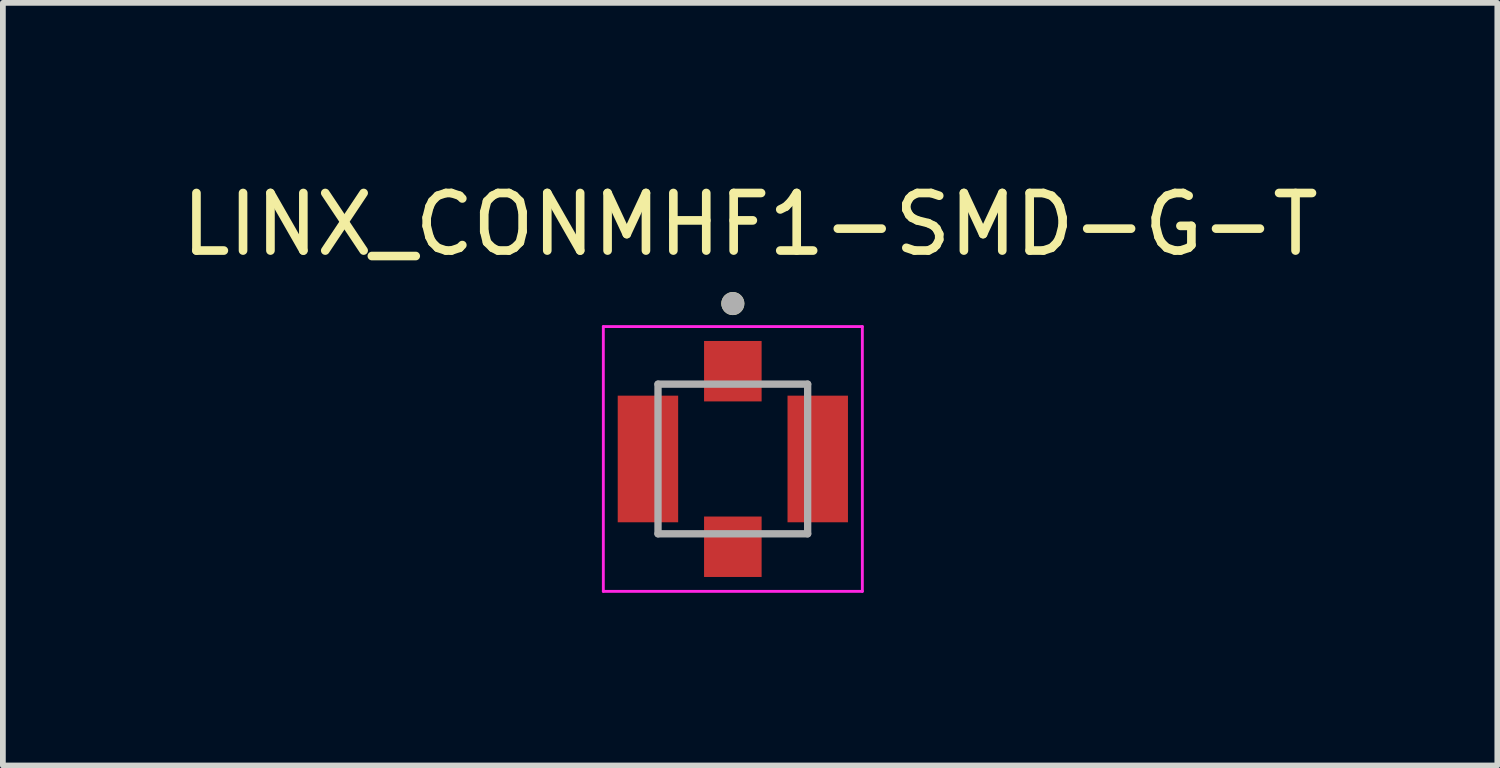
<source format=kicad_pcb>
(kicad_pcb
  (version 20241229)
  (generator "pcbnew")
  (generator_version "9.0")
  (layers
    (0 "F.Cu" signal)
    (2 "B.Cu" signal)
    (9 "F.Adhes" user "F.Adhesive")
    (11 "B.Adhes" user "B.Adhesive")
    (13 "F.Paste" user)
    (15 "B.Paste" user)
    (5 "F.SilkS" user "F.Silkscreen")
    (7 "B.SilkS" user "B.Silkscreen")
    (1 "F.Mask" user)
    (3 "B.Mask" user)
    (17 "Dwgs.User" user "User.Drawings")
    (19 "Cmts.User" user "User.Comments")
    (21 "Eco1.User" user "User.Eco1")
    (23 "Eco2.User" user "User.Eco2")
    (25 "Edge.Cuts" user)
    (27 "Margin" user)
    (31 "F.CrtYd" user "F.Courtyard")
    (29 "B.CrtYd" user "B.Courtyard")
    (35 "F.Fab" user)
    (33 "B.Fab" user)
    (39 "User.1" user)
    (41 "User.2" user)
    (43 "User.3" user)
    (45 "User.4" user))
  (footprint "LINX_CONMHF1-SMD-G-T"
    (layer "F.Cu")
    (at 9.682 4.924)
    (property "Reference" "LINX_CONMHF1-SMD-G-T" (at 0.3 -4.076 0) (layer "F.SilkS") (effects (font (size 1 1) (thickness 0.15))))
    (attr smd)
    (fp_circle (center 0 -2.7) (end 0.1 -2.7) (stroke (width 0.2) (type solid)) (fill no) (layer "F.SilkS"))
    (fp_line (start -2.25 -2.3) (end -2.25 2.3) (stroke (width 0.05) (type solid)) (layer "F.CrtYd"))
    (fp_line (start -2.25 2.3) (end 2.25 2.3) (stroke (width 0.05) (type solid)) (layer "F.CrtYd"))
    (fp_line (start 2.25 -2.3) (end -2.25 -2.3) (stroke (width 0.05) (type solid)) (layer "F.CrtYd"))
    (fp_line (start 2.25 2.3) (end 2.25 -2.3) (stroke (width 0.05) (type solid)) (layer "F.CrtYd"))
    (fp_line (start -1.3 -1.3) (end -1.3 1.3) (stroke (width 0.127) (type solid)) (layer "F.Fab"))
    (fp_line (start -1.3 1.3) (end 1.3 1.3) (stroke (width 0.127) (type solid)) (layer "F.Fab"))
    (fp_line (start 1.3 -1.3) (end -1.3 -1.3) (stroke (width 0.127) (type solid)) (layer "F.Fab"))
    (fp_line (start 1.3 1.3) (end 1.3 -1.3) (stroke (width 0.127) (type solid)) (layer "F.Fab"))
    (fp_circle (center 0 -2.7) (end 0.1 -2.7) (stroke (width 0.2) (type solid)) (fill no) (layer "F.Fab"))
    (pad "1" smd rect (at 0 -1.525) (size 1 1.05) (layers "F.Cu" "F.Mask" "F.Paste"))
    (pad "2" smd rect (at -1.475 0) (size 1.05 2.2) (layers "F.Cu" "F.Mask" "F.Paste"))
    (pad "2" smd rect (at 0 1.525) (size 1 1.05) (layers "F.Cu" "F.Mask" "F.Paste"))
    (pad "2" smd rect (at 1.475 0) (size 1.05 2.2) (layers "F.Cu" "F.Mask" "F.Paste"))
    (zone (net_name "") (layer "F.Cu") (hatch full 0.508) (connect_pads) (min_thickness 0.01) (filled_areas_thickness no) (keepout (tracks not_allowed) (vias not_allowed) (pads not_allowed) (copperpour not_allowed) (footprints allowed)) (placement (enabled no)) (fill) (polygon (pts (xy 8.732 3.924) (xy 10.632 3.924) (xy 10.632 5.924) (xy 8.732 5.924))))
    (zone (net_name "") (layers "F.Cu" "B.Cu") (hatch full 0.508) (connect_pads) (min_thickness 0.01) (filled_areas_thickness no) (keepout (tracks allowed) (vias not_allowed) (pads allowed) (copperpour allowed) (footprints allowed)) (placement (enabled no)) (fill) (polygon (pts (xy 8.732 3.924) (xy 10.632 3.924) (xy 10.632 5.924) (xy 8.732 5.924))))
    (zone (net_name "") (layer "B.Cu") (hatch full 0.508) (connect_pads) (min_thickness 0.01) (filled_areas_thickness no) (keepout (tracks not_allowed) (vias not_allowed) (pads not_allowed) (copperpour not_allowed) (footprints allowed)) (placement (enabled no)) (fill) (polygon (pts (xy 8.732 3.924) (xy 10.632 3.924) (xy 10.632 5.924) (xy 8.732 5.924)))))
  (gr_rect
    (start -3 -3)
    (end 22.964 10.249)
    (stroke (width 0.1) (type default))
    (fill no)
    (layer "Edge.Cuts")))
</source>
